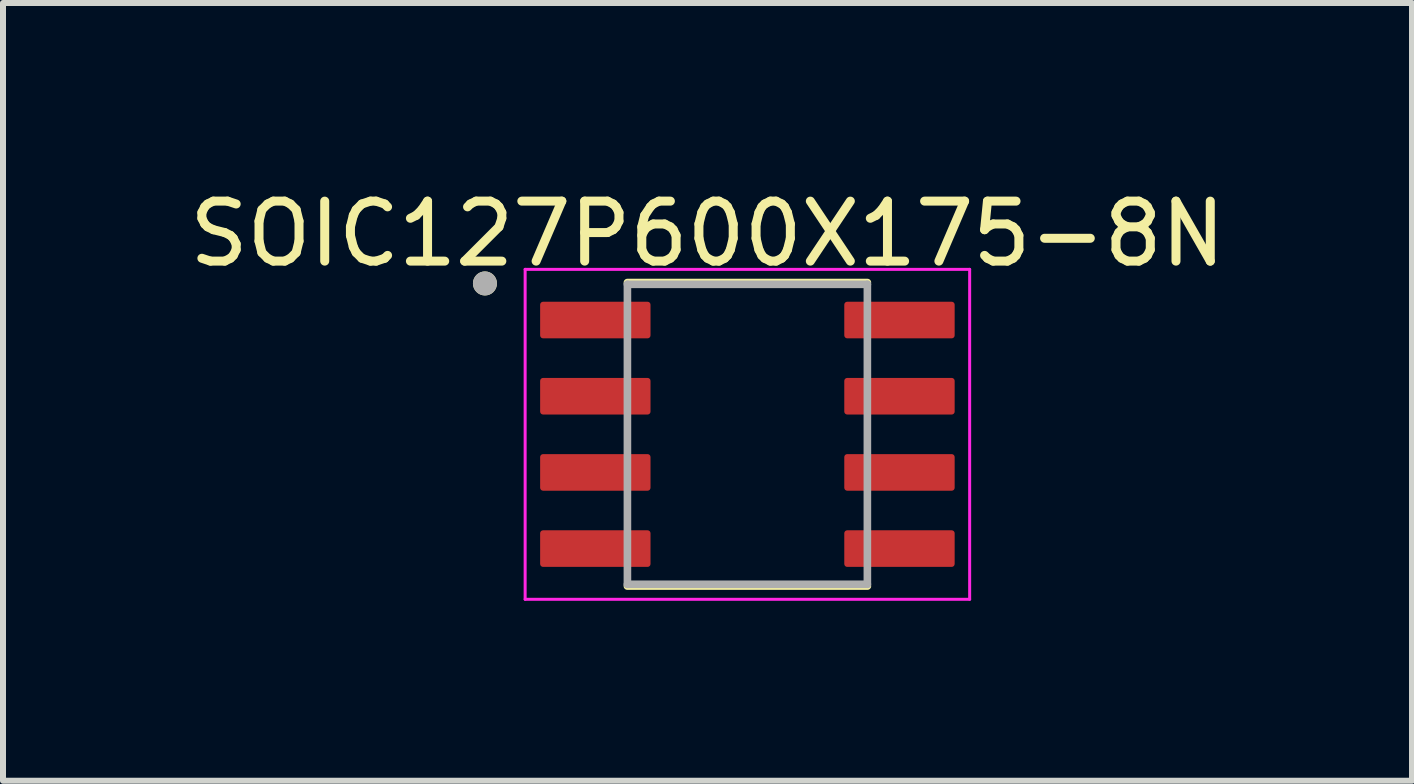
<source format=kicad_pcb>
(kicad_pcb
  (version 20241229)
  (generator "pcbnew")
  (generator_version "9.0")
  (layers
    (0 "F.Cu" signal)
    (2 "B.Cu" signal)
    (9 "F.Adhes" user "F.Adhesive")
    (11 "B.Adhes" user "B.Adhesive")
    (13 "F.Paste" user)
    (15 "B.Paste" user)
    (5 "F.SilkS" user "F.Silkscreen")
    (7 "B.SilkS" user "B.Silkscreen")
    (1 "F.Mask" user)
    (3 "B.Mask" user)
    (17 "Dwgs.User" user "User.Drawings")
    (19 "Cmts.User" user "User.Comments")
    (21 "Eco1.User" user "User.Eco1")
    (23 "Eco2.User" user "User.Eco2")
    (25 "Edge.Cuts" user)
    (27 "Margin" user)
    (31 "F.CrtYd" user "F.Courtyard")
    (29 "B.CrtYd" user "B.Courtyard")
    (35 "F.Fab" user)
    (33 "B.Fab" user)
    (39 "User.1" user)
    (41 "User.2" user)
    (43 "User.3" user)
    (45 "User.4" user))
  (footprint "SOIC127P600X175-8N"
    (layer "F.Cu")
    (at 9.409 4.19)
    (property "Reference" "SOIC127P600X175-8N" (at -0.665 -3.342 0) (layer "F.SilkS") (effects (font (size 1 1) (thickness 0.15))))
    (attr smd)
    (fp_line (start -2 -2.53) (end 2 -2.53) (stroke (width 0.127) (type solid)) (layer "F.SilkS"))
    (fp_line (start -2 2.53) (end 2 2.53) (stroke (width 0.127) (type solid)) (layer "F.SilkS"))
    (fp_circle (center -4.375 -2.515) (end -4.275 -2.515) (stroke (width 0.2) (type solid)) (fill no) (layer "F.SilkS"))
    (fp_line (start -3.705 -2.75) (end -3.705 2.75) (stroke (width 0.05) (type solid)) (layer "F.CrtYd"))
    (fp_line (start -3.705 -2.75) (end 3.705 -2.75) (stroke (width 0.05) (type solid)) (layer "F.CrtYd"))
    (fp_line (start -3.705 2.75) (end 3.705 2.75) (stroke (width 0.05) (type solid)) (layer "F.CrtYd"))
    (fp_line (start 3.705 -2.75) (end 3.705 2.75) (stroke (width 0.05) (type solid)) (layer "F.CrtYd"))
    (fp_line (start -2 -2.5) (end -2 2.5) (stroke (width 0.127) (type solid)) (layer "F.Fab"))
    (fp_line (start -2 -2.5) (end 2 -2.5) (stroke (width 0.127) (type solid)) (layer "F.Fab"))
    (fp_line (start -2 2.5) (end 2 2.5) (stroke (width 0.127) (type solid)) (layer "F.Fab"))
    (fp_line (start 2 -2.5) (end 2 2.5) (stroke (width 0.127) (type solid)) (layer "F.Fab"))
    (fp_circle (center -4.375 -2.515) (end -4.275 -2.515) (stroke (width 0.2) (type solid)) (fill no) (layer "F.Fab"))
    (pad "1" smd roundrect (at -2.535 -1.905) (size 1.84 0.61) (layers "F.Cu" "F.Mask" "F.Paste") (roundrect_rratio 0.08))
    (pad "2" smd roundrect (at -2.535 -0.635) (size 1.84 0.61) (layers "F.Cu" "F.Mask" "F.Paste") (roundrect_rratio 0.08))
    (pad "3" smd roundrect (at -2.535 0.635) (size 1.84 0.61) (layers "F.Cu" "F.Mask" "F.Paste") (roundrect_rratio 0.08))
    (pad "4" smd roundrect (at -2.535 1.905) (size 1.84 0.61) (layers "F.Cu" "F.Mask" "F.Paste") (roundrect_rratio 0.08))
    (pad "5" smd roundrect (at 2.535 1.905) (size 1.84 0.61) (layers "F.Cu" "F.Mask" "F.Paste") (roundrect_rratio 0.08))
    (pad "6" smd roundrect (at 2.535 0.635) (size 1.84 0.61) (layers "F.Cu" "F.Mask" "F.Paste") (roundrect_rratio 0.08))
    (pad "7" smd roundrect (at 2.535 -0.635) (size 1.84 0.61) (layers "F.Cu" "F.Mask" "F.Paste") (roundrect_rratio 0.08))
    (pad "8" smd roundrect (at 2.535 -1.905) (size 1.84 0.61) (layers "F.Cu" "F.Mask" "F.Paste") (roundrect_rratio 0.08)))
  (gr_rect
    (start -3 -3)
    (end 20.488 9.965)
    (stroke (width 0.1) (type default))
    (fill no)
    (layer "Edge.Cuts")))
</source>
